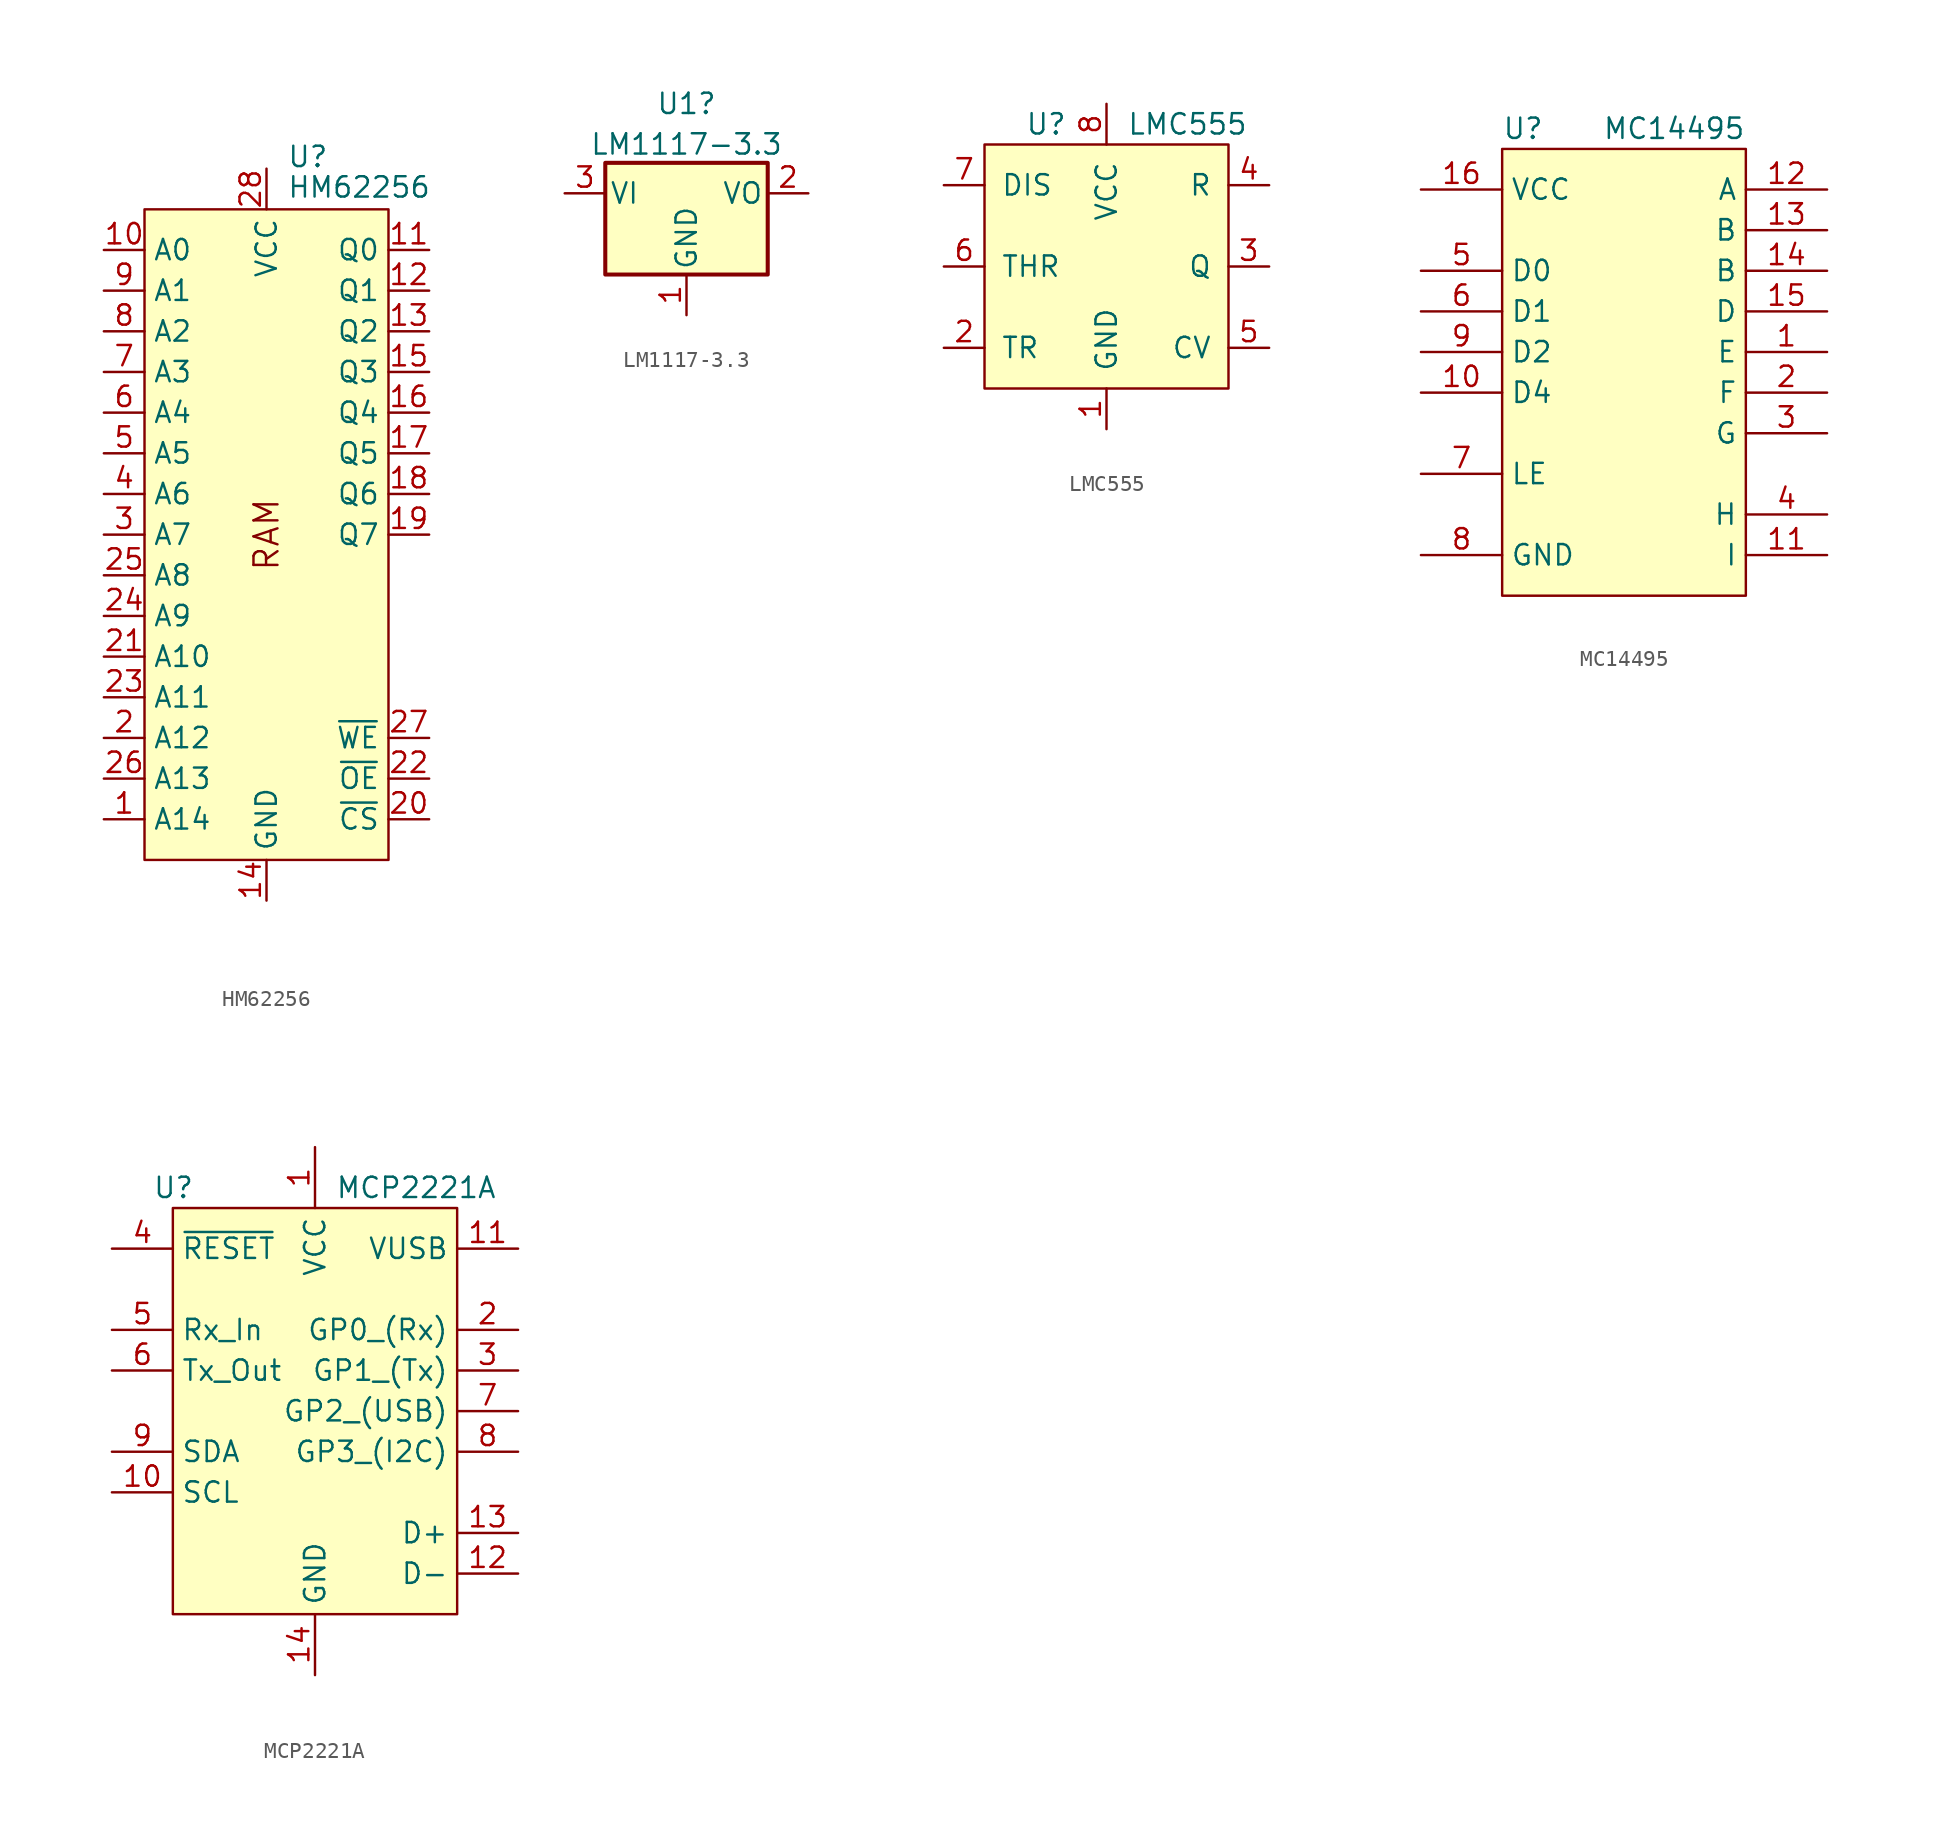
<source format=kicad_sym>
(kicad_symbol_lib
  (version 20220914)
  (generator kicad_symbol_editor)
  (symbol "HM62256"
    (property "Reference" "U"
      (at 1.27 22.86 0)
      (effects (font (size 1.27 1.27)) (justify left bottom)))
    (property "Value" "HM62256"
      (at 1.27 20.955 0)
      (effects (font (size 1.27 1.27)) (justify left bottom)))
    (symbol "HM62256_0_0"
      (text "RAM" (at 0 0 900) (effects (font (size 1.499 1.499))))
      (pin power_in line (at 0 -22.86 90) (length 2.54) (name "GND" (effects (font (size 1.27 1.27)))) (number "14" (effects (font (size 1.27 1.27)))))
      (pin power_in line (at 0 22.86 270) (length 2.54) (name "VCC" (effects (font (size 1.27 1.27)))) (number "28" (effects (font (size 1.27 1.27))))))
    (symbol "HM62256_0_1"
      (rectangle (start -7.62 20.32) (end 7.62 -20.32) (stroke (width 0) (type solid)) (fill (type background))))
    (symbol "HM62256_1_1"
      (pin input line (at -10.16 -17.78 0) (length 2.54) (name "A14" (effects (font (size 1.27 1.27)))) (number "1" (effects (font (size 1.27 1.27)))))
      (pin input line (at -10.16 17.78 0) (length 2.54) (name "A0" (effects (font (size 1.27 1.27)))) (number "10" (effects (font (size 1.27 1.27)))))
      (pin tri_state line (at 10.16 17.78 180) (length 2.54) (name "Q0" (effects (font (size 1.27 1.27)))) (number "11" (effects (font (size 1.27 1.27)))))
      (pin tri_state line (at 10.16 15.24 180) (length 2.54) (name "Q1" (effects (font (size 1.27 1.27)))) (number "12" (effects (font (size 1.27 1.27)))))
      (pin tri_state line (at 10.16 12.7 180) (length 2.54) (name "Q2" (effects (font (size 1.27 1.27)))) (number "13" (effects (font (size 1.27 1.27)))))
      (pin tri_state line (at 10.16 10.16 180) (length 2.54) (name "Q3" (effects (font (size 1.27 1.27)))) (number "15" (effects (font (size 1.27 1.27)))))
      (pin tri_state line (at 10.16 7.62 180) (length 2.54) (name "Q4" (effects (font (size 1.27 1.27)))) (number "16" (effects (font (size 1.27 1.27)))))
      (pin tri_state line (at 10.16 5.08 180) (length 2.54) (name "Q5" (effects (font (size 1.27 1.27)))) (number "17" (effects (font (size 1.27 1.27)))))
      (pin tri_state line (at 10.16 2.54 180) (length 2.54) (name "Q6" (effects (font (size 1.27 1.27)))) (number "18" (effects (font (size 1.27 1.27)))))
      (pin tri_state line (at 10.16 0 180) (length 2.54) (name "Q7" (effects (font (size 1.27 1.27)))) (number "19" (effects (font (size 1.27 1.27)))))
      (pin input line (at -10.16 -12.7 0) (length 2.54) (name "A12" (effects (font (size 1.27 1.27)))) (number "2" (effects (font (size 1.27 1.27)))))
      (pin input line (at 10.16 -17.78 180) (length 2.54) (name "~{CS}" (effects (font (size 1.27 1.27)))) (number "20" (effects (font (size 1.27 1.27)))))
      (pin input line (at -10.16 -7.62 0) (length 2.54) (name "A10" (effects (font (size 1.27 1.27)))) (number "21" (effects (font (size 1.27 1.27)))))
      (pin input line (at 10.16 -15.24 180) (length 2.54) (name "~{OE}" (effects (font (size 1.27 1.27)))) (number "22" (effects (font (size 1.27 1.27)))))
      (pin input line (at -10.16 -10.16 0) (length 2.54) (name "A11" (effects (font (size 1.27 1.27)))) (number "23" (effects (font (size 1.27 1.27)))))
      (pin input line (at -10.16 -5.08 0) (length 2.54) (name "A9" (effects (font (size 1.27 1.27)))) (number "24" (effects (font (size 1.27 1.27)))))
      (pin input line (at -10.16 -2.54 0) (length 2.54) (name "A8" (effects (font (size 1.27 1.27)))) (number "25" (effects (font (size 1.27 1.27)))))
      (pin input line (at -10.16 -15.24 0) (length 2.54) (name "A13" (effects (font (size 1.27 1.27)))) (number "26" (effects (font (size 1.27 1.27)))))
      (pin input line (at 10.16 -12.7 180) (length 2.54) (name "~{WE}" (effects (font (size 1.27 1.27)))) (number "27" (effects (font (size 1.27 1.27)))))
      (pin input line (at -10.16 0 0) (length 2.54) (name "A7" (effects (font (size 1.27 1.27)))) (number "3" (effects (font (size 1.27 1.27)))))
      (pin input line (at -10.16 2.54 0) (length 2.54) (name "A6" (effects (font (size 1.27 1.27)))) (number "4" (effects (font (size 1.27 1.27)))))
      (pin input line (at -10.16 5.08 0) (length 2.54) (name "A5" (effects (font (size 1.27 1.27)))) (number "5" (effects (font (size 1.27 1.27)))))
      (pin input line (at -10.16 7.62 0) (length 2.54) (name "A4" (effects (font (size 1.27 1.27)))) (number "6" (effects (font (size 1.27 1.27)))))
      (pin input line (at -10.16 10.16 0) (length 2.54) (name "A3" (effects (font (size 1.27 1.27)))) (number "7" (effects (font (size 1.27 1.27)))))
      (pin input line (at -10.16 12.7 0) (length 2.54) (name "A2" (effects (font (size 1.27 1.27)))) (number "8" (effects (font (size 1.27 1.27)))))
      (pin input line (at -10.16 15.24 0) (length 2.54) (name "A1" (effects (font (size 1.27 1.27)))) (number "9" (effects (font (size 1.27 1.27)))))))
  (symbol "LM1117-3.3"
    (pin_names
      (offset 0.254))
    (property "Reference" "U1"
      (at 0 5.605 0)
      (effects (font (size 1.27 1.27))))
    (property "Value" "LM1117-3.3"
      (at 0 3.068 0)
      (effects (font (size 1.27 1.27))))
    (symbol "LM1117-3.3_0_1"
      (rectangle (start -5.08 -5.08) (end 5.08 1.905) (stroke (width 0.254) (type default)) (fill (type background))))
    (symbol "LM1117-3.3_1_1"
      (pin power_in line (at 0 -7.62 90) (length 2.54) (name "GND" (effects (font (size 1.27 1.27)))) (number "1" (effects (font (size 1.27 1.27)))))
      (pin passive line (at 7.62 0 180) (length 2.54) (name "VO" (effects (font (size 1.27 1.27)))) (number "2" (effects (font (size 1.27 1.27)))))
      (pin power_in line (at -7.62 0 0) (length 2.54) (name "VI" (effects (font (size 1.27 1.27)))) (number "3" (effects (font (size 1.27 1.27)))))))
  (symbol "LMC555"
    (pin_names
      (offset 1.016))
    (property "Reference" "U"
      (at -5.08 0 0)
      (effects (font (size 1.27 1.27)) (justify left)))
    (property "Value" "LMC555"
      (at 1.27 0 0)
      (effects (font (size 1.27 1.27)) (justify left)))
    (symbol "LMC555_0_1"
      (rectangle (start -7.62 -1.27) (end 7.62 -16.51) (stroke (width 0) (type default)) (fill (type background))))
    (symbol "LMC555_1_1"
      (pin power_in line (at 0 -19.05 90) (length 2.54) (name "GND" (effects (font (size 1.27 1.27)))) (number "1" (effects (font (size 1.27 1.27)))))
      (pin input line (at -10.16 -13.97 0) (length 2.54) (name "TR" (effects (font (size 1.27 1.27)))) (number "2" (effects (font (size 1.27 1.27)))))
      (pin output line (at 10.16 -8.89 180) (length 2.54) (name "Q" (effects (font (size 1.27 1.27)))) (number "3" (effects (font (size 1.27 1.27)))))
      (pin input line (at 10.16 -3.81 180) (length 2.54) (name "R" (effects (font (size 1.27 1.27)))) (number "4" (effects (font (size 1.27 1.27)))))
      (pin input line (at 10.16 -13.97 180) (length 2.54) (name "CV" (effects (font (size 1.27 1.27)))) (number "5" (effects (font (size 1.27 1.27)))))
      (pin input line (at -10.16 -8.89 0) (length 2.54) (name "THR" (effects (font (size 1.27 1.27)))) (number "6" (effects (font (size 1.27 1.27)))))
      (pin input line (at -10.16 -3.81 0) (length 2.54) (name "DIS" (effects (font (size 1.27 1.27)))) (number "7" (effects (font (size 1.27 1.27)))))
      (pin power_in line (at 0 1.27 270) (length 2.54) (name "VCC" (effects (font (size 1.27 1.27)))) (number "8" (effects (font (size 1.27 1.27)))))))
  (symbol "MC14495"
    (property "Reference" "U"
      (at -7.62 0 0)
      (effects (font (size 1.27 1.27)) (justify left)))
    (property "Value" "MC14495"
      (at 7.62 0 0)
      (effects (font (size 1.27 1.27)) (justify right)))
    (symbol "MC14495_1_1"
      (rectangle (start -7.62 -1.27) (end 7.62 -29.21) (stroke (width 0) (type default)) (fill (type background)))
      (pin output line (at 12.7 -13.97 180) (length 5.08) (name "E" (effects (font (size 1.27 1.27)))) (number "1" (effects (font (size 1.27 1.27)))))
      (pin input line (at -12.7 -16.51 0) (length 5.08) (name "D4" (effects (font (size 1.27 1.27)))) (number "10" (effects (font (size 1.27 1.27)))))
      (pin output line (at 12.7 -26.67 180) (length 5.08) (name "I" (effects (font (size 1.27 1.27)))) (number "11" (effects (font (size 1.27 1.27)))))
      (pin output line (at 12.7 -3.81 180) (length 5.08) (name "A" (effects (font (size 1.27 1.27)))) (number "12" (effects (font (size 1.27 1.27)))))
      (pin output line (at 12.7 -6.35 180) (length 5.08) (name "B" (effects (font (size 1.27 1.27)))) (number "13" (effects (font (size 1.27 1.27)))))
      (pin output line (at 12.7 -8.89 180) (length 5.08) (name "B" (effects (font (size 1.27 1.27)))) (number "14" (effects (font (size 1.27 1.27)))))
      (pin output line (at 12.7 -11.43 180) (length 5.08) (name "D" (effects (font (size 1.27 1.27)))) (number "15" (effects (font (size 1.27 1.27)))))
      (pin power_in line (at -12.7 -3.81 0) (length 5.08) (name "VCC" (effects (font (size 1.27 1.27)))) (number "16" (effects (font (size 1.27 1.27)))))
      (pin output line (at 12.7 -16.51 180) (length 5.08) (name "F" (effects (font (size 1.27 1.27)))) (number "2" (effects (font (size 1.27 1.27)))))
      (pin output line (at 12.7 -19.05 180) (length 5.08) (name "G" (effects (font (size 1.27 1.27)))) (number "3" (effects (font (size 1.27 1.27)))))
      (pin output line (at 12.7 -24.13 180) (length 5.08) (name "H" (effects (font (size 1.27 1.27)))) (number "4" (effects (font (size 1.27 1.27)))))
      (pin input line (at -12.7 -8.89 0) (length 5.08) (name "D0" (effects (font (size 1.27 1.27)))) (number "5" (effects (font (size 1.27 1.27)))))
      (pin input line (at -12.7 -11.43 0) (length 5.08) (name "D1" (effects (font (size 1.27 1.27)))) (number "6" (effects (font (size 1.27 1.27)))))
      (pin input line (at -12.7 -21.59 0) (length 5.08) (name "LE" (effects (font (size 1.27 1.27)))) (number "7" (effects (font (size 1.27 1.27)))))
      (pin power_in line (at -12.7 -26.67 0) (length 5.08) (name "GND" (effects (font (size 1.27 1.27)))) (number "8" (effects (font (size 1.27 1.27)))))
      (pin input line (at -12.7 -13.97 0) (length 5.08) (name "D2" (effects (font (size 1.27 1.27)))) (number "9" (effects (font (size 1.27 1.27)))))))
  (symbol "MCP2221A"
    (property "Reference" "U"
      (at -10.16 1.27 0)
      (effects (font (size 1.27 1.27)) (justify left)))
    (property "Value" "MCP2221A"
      (at 1.27 1.27 0)
      (effects (font (size 1.27 1.27)) (justify left)))
    (symbol "MCP2221A_0_1"
      (rectangle (start -8.89 0) (end 8.89 -25.4) (stroke (width 0.152) (type default)) (fill (type background))))
    (symbol "MCP2221A_1_1"
      (pin power_in line (at 0 3.81 270) (length 3.81) (name "VCC" (effects (font (size 1.27 1.27)))) (number "1" (effects (font (size 1.27 1.27)))))
      (pin bidirectional line (at -12.7 -17.78 0) (length 3.81) (name "SCL" (effects (font (size 1.27 1.27)))) (number "10" (effects (font (size 1.27 1.27)))))
      (pin power_out line (at 12.7 -2.54 180) (length 3.81) (name "VUSB" (effects (font (size 1.27 1.27)))) (number "11" (effects (font (size 1.27 1.27)))))
      (pin bidirectional line (at 12.7 -22.86 180) (length 3.81) (name "D-" (effects (font (size 1.27 1.27)))) (number "12" (effects (font (size 1.27 1.27)))))
      (pin bidirectional line (at 12.7 -20.32 180) (length 3.81) (name "D+" (effects (font (size 1.27 1.27)))) (number "13" (effects (font (size 1.27 1.27)))))
      (pin power_in line (at 0 -29.21 90) (length 3.81) (name "GND" (effects (font (size 1.27 1.27)))) (number "14" (effects (font (size 1.27 1.27)))))
      (pin bidirectional line (at 12.7 -7.62 180) (length 3.81) (name "GP0_(Rx)" (effects (font (size 1.27 1.27)))) (number "2" (effects (font (size 1.27 1.27)))))
      (pin bidirectional line (at 12.7 -10.16 180) (length 3.81) (name "GP1_(Tx)" (effects (font (size 1.27 1.27)))) (number "3" (effects (font (size 1.27 1.27)))))
      (pin input line (at -12.7 -2.54 0) (length 3.81) (name "~{RESET}" (effects (font (size 1.27 1.27)))) (number "4" (effects (font (size 1.27 1.27)))))
      (pin input line (at -12.7 -7.62 0) (length 3.81) (name "Rx_In" (effects (font (size 1.27 1.27)))) (number "5" (effects (font (size 1.27 1.27)))))
      (pin output line (at -12.7 -10.16 0) (length 3.81) (name "Tx_Out" (effects (font (size 1.27 1.27)))) (number "6" (effects (font (size 1.27 1.27)))))
      (pin bidirectional line (at 12.7 -12.7 180) (length 3.81) (name "GP2_(USB)" (effects (font (size 1.27 1.27)))) (number "7" (effects (font (size 1.27 1.27)))))
      (pin bidirectional line (at 12.7 -15.24 180) (length 3.81) (name "GP3_(I2C)" (effects (font (size 1.27 1.27)))) (number "8" (effects (font (size 1.27 1.27)))))
      (pin bidirectional line (at -12.7 -15.24 0) (length 3.81) (name "SDA" (effects (font (size 1.27 1.27)))) (number "9" (effects (font (size 1.27 1.27))))))))
</source>
